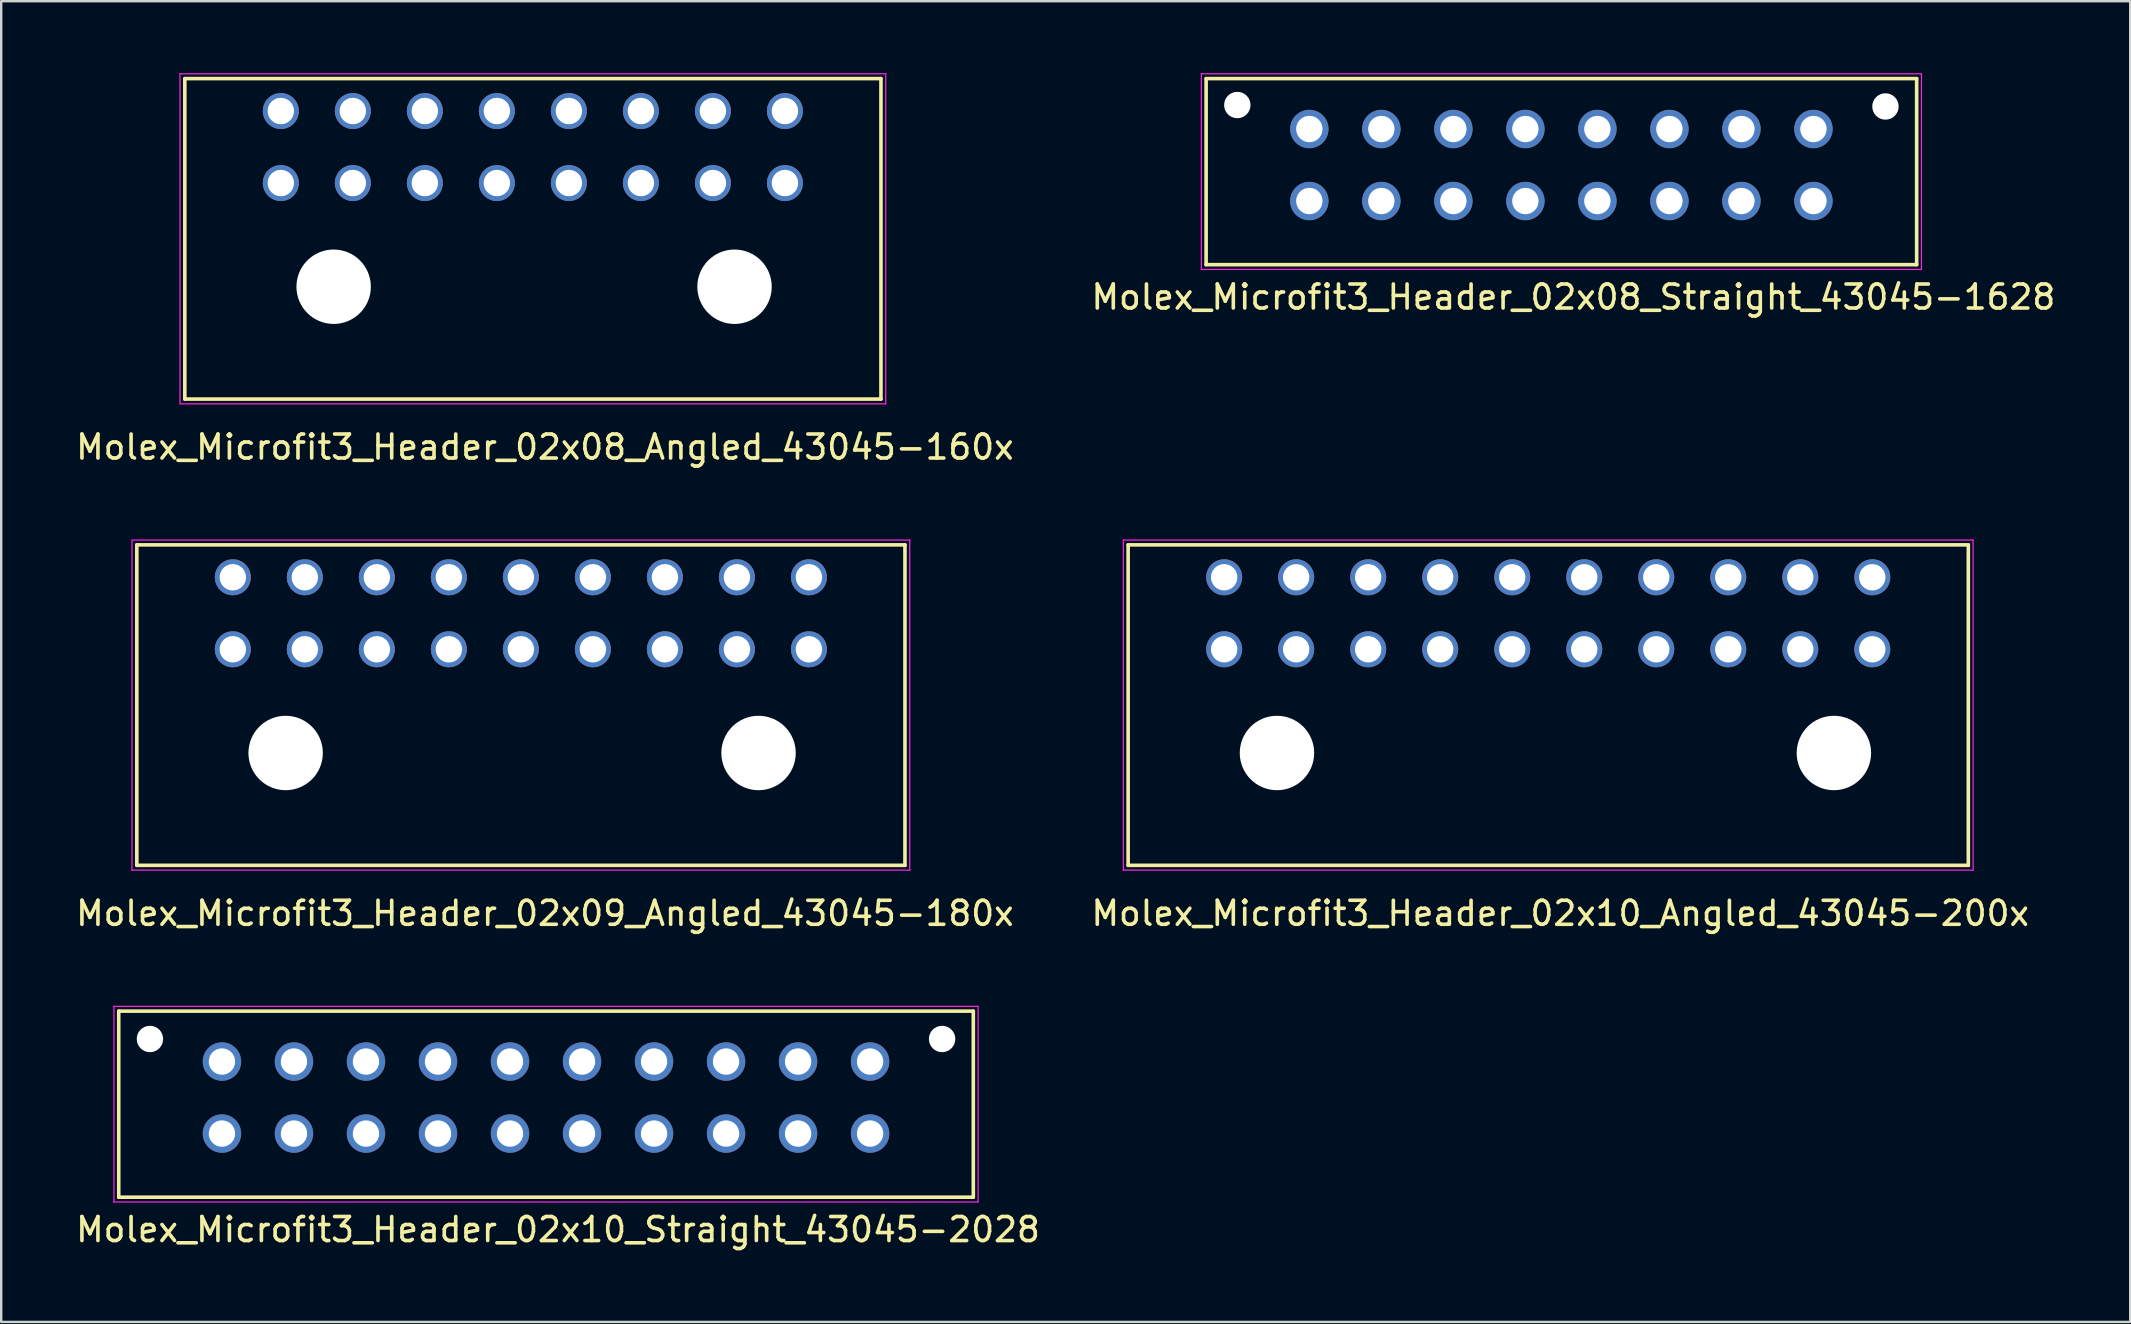
<source format=kicad_pcb>
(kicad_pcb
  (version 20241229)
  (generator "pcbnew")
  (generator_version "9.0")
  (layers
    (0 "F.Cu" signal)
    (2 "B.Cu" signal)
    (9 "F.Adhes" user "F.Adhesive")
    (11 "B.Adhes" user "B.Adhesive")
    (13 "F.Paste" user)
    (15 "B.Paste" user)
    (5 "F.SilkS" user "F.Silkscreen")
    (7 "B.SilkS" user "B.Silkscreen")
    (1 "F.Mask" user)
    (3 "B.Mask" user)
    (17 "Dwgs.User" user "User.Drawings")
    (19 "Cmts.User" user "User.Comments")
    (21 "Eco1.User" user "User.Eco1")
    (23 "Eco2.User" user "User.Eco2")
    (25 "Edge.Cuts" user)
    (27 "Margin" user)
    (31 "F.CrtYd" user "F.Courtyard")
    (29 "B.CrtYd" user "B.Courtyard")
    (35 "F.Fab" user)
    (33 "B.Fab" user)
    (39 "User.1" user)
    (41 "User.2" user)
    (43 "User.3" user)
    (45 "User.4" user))
  (footprint "Molex_Microfit3_Header_02x09_Angled_43045-180x"
    (layer "F.Cu")
    (at 30.649 23.998)
    (property "Reference" "Molex_Microfit3_Header_02x09_Angled_43045-180x" (at -11 11 0) (layer "F.SilkS") (effects (font (size 1 1) (thickness 0.15))))
    (attr through_hole)
    (fp_line (start -28 -4.35) (end 4 -4.35) (stroke (width 0.15) (type solid)) (layer "F.SilkS"))
    (fp_line (start -28 9) (end -28 -4.35) (stroke (width 0.15) (type solid)) (layer "F.SilkS"))
    (fp_line (start 4 -4.35) (end 4 9) (stroke (width 0.15) (type solid)) (layer "F.SilkS"))
    (fp_line (start 4 9) (end -28 9) (stroke (width 0.15) (type solid)) (layer "F.SilkS"))
    (fp_line (start -28.2 -4.55) (end -28.2 9.2) (stroke (width 0.05) (type solid)) (layer "F.CrtYd"))
    (fp_line (start -28.2 9.2) (end 4.2 9.2) (stroke (width 0.05) (type solid)) (layer "F.CrtYd"))
    (fp_line (start 4.2 -4.55) (end -28.2 -4.55) (stroke (width 0.05) (type solid)) (layer "F.CrtYd"))
    (fp_line (start 4.2 9.2) (end 4.2 -4.55) (stroke (width 0.05) (type solid)) (layer "F.CrtYd"))
    (pad "" np_thru_hole circle (at -21.8 4.32) (size 3.1 3.1) (drill 3.1) (layers "*.Cu" "*.Mask"))
    (pad "" np_thru_hole circle (at -2.1 4.32) (size 3.1 3.1) (drill 3.1) (layers "*.Cu" "*.Mask"))
    (pad "1" thru_hole circle (at 0 0) (size 1.5 1.5) (drill 1.1) (layers "*.Cu" "*.Mask"))
    (pad "2" thru_hole circle (at -3 0) (size 1.5 1.5) (drill 1.1) (layers "*.Cu" "*.Mask"))
    (pad "3" thru_hole circle (at -6 0) (size 1.5 1.5) (drill 1.1) (layers "*.Cu" "*.Mask"))
    (pad "4" thru_hole circle (at -9 0) (size 1.5 1.5) (drill 1.1) (layers "*.Cu" "*.Mask"))
    (pad "5" thru_hole circle (at -12 0) (size 1.5 1.5) (drill 1.1) (layers "*.Cu" "*.Mask"))
    (pad "6" thru_hole circle (at -15 0) (size 1.5 1.5) (drill 1.1) (layers "*.Cu" "*.Mask"))
    (pad "7" thru_hole circle (at -18 0) (size 1.5 1.5) (drill 1.1) (layers "*.Cu" "*.Mask"))
    (pad "8" thru_hole circle (at -21 0) (size 1.5 1.5) (drill 1.1) (layers "*.Cu" "*.Mask"))
    (pad "9" thru_hole circle (at -24 0) (size 1.5 1.5) (drill 1.1) (layers "*.Cu" "*.Mask"))
    (pad "10" thru_hole circle (at 0 -3) (size 1.5 1.5) (drill 1.1) (layers "*.Cu" "*.Mask"))
    (pad "11" thru_hole circle (at -3 -3) (size 1.5 1.5) (drill 1.1) (layers "*.Cu" "*.Mask"))
    (pad "12" thru_hole circle (at -6 -3) (size 1.5 1.5) (drill 1.1) (layers "*.Cu" "*.Mask"))
    (pad "13" thru_hole circle (at -9 -3) (size 1.5 1.5) (drill 1.1) (layers "*.Cu" "*.Mask"))
    (pad "14" thru_hole circle (at -12 -3) (size 1.5 1.5) (drill 1.1) (layers "*.Cu" "*.Mask"))
    (pad "15" thru_hole circle (at -15 -3) (size 1.5 1.5) (drill 1.1) (layers "*.Cu" "*.Mask"))
    (pad "16" thru_hole circle (at -18 -3) (size 1.5 1.5) (drill 1.1) (layers "*.Cu" "*.Mask"))
    (pad "17" thru_hole circle (at -21 -3) (size 1.5 1.5) (drill 1.1) (layers "*.Cu" "*.Mask"))
    (pad "18" thru_hole circle (at -24 -3) (size 1.5 1.5) (drill 1.1) (layers "*.Cu" "*.Mask")))
  (footprint "Molex_Microfit3_Header_02x10_Straight_43045-2028"
    (layer "F.Cu")
    (at 33.196 44.172)
    (property "Reference" "Molex_Microfit3_Header_02x10_Straight_43045-2028" (at -13 4 0) (layer "F.SilkS") (effects (font (size 1 1) (thickness 0.15))))
    (attr through_hole)
    (fp_line (start -31.3 2.65) (end -31.3 -5.1) (stroke (width 0.15) (type solid)) (layer "F.SilkS"))
    (fp_line (start 4.3 -5.1) (end -31.3 -5.1) (stroke (width 0.15) (type solid)) (layer "F.SilkS"))
    (fp_line (start 4.3 2.65) (end -31.3 2.65) (stroke (width 0.15) (type solid)) (layer "F.SilkS"))
    (fp_line (start 4.3 2.65) (end 4.3 -5.1) (stroke (width 0.15) (type solid)) (layer "F.SilkS"))
    (fp_line (start -31.5 2.85) (end -31.5 -5.3) (stroke (width 0.05) (type solid)) (layer "F.CrtYd"))
    (fp_line (start 4.5 -5.3) (end -31.5 -5.3) (stroke (width 0.05) (type solid)) (layer "F.CrtYd"))
    (fp_line (start 4.5 2.85) (end -31.5 2.85) (stroke (width 0.05) (type solid)) (layer "F.CrtYd"))
    (fp_line (start 4.5 2.85) (end 4.5 -5.3) (stroke (width 0.05) (type solid)) (layer "F.CrtYd"))
    (pad "" np_thru_hole circle (at -30 -3.94) (size 1.1 1.1) (drill 1.1) (layers "*.Cu" "*.Mask"))
    (pad "" np_thru_hole circle (at 3 -3.94) (size 1.1 1.1) (drill 1.1) (layers "*.Cu" "*.Mask"))
    (pad "1" thru_hole circle (at 0 0) (size 1.6 1.6) (drill 1.1) (layers "*.Cu" "*.Mask"))
    (pad "2" thru_hole circle (at -3 0) (size 1.6 1.6) (drill 1.1) (layers "*.Cu" "*.Mask"))
    (pad "3" thru_hole circle (at -6 0) (size 1.6 1.6) (drill 1.1) (layers "*.Cu" "*.Mask"))
    (pad "4" thru_hole circle (at -9 0) (size 1.6 1.6) (drill 1.1) (layers "*.Cu" "*.Mask"))
    (pad "5" thru_hole circle (at -12 0) (size 1.6 1.6) (drill 1.1) (layers "*.Cu" "*.Mask"))
    (pad "6" thru_hole circle (at -15 0) (size 1.6 1.6) (drill 1.1) (layers "*.Cu" "*.Mask"))
    (pad "7" thru_hole circle (at -18 0) (size 1.6 1.6) (drill 1.1) (layers "*.Cu" "*.Mask"))
    (pad "8" thru_hole circle (at -21 0) (size 1.6 1.6) (drill 1.1) (layers "*.Cu" "*.Mask"))
    (pad "9" thru_hole circle (at -24 0) (size 1.6 1.6) (drill 1.1) (layers "*.Cu" "*.Mask"))
    (pad "10" thru_hole circle (at -27 0) (size 1.6 1.6) (drill 1.1) (layers "*.Cu" "*.Mask"))
    (pad "11" thru_hole circle (at 0 -3) (size 1.6 1.6) (drill 1.1) (layers "*.Cu" "*.Mask"))
    (pad "12" thru_hole circle (at -3 -3) (size 1.6 1.6) (drill 1.1) (layers "*.Cu" "*.Mask"))
    (pad "13" thru_hole circle (at -6 -3) (size 1.6 1.6) (drill 1.1) (layers "*.Cu" "*.Mask"))
    (pad "14" thru_hole circle (at -9 -3) (size 1.6 1.6) (drill 1.1) (layers "*.Cu" "*.Mask"))
    (pad "15" thru_hole circle (at -12 -3) (size 1.6 1.6) (drill 1.1) (layers "*.Cu" "*.Mask"))
    (pad "16" thru_hole circle (at -15 -3) (size 1.6 1.6) (drill 1.1) (layers "*.Cu" "*.Mask"))
    (pad "17" thru_hole circle (at -18 -3) (size 1.6 1.6) (drill 1.1) (layers "*.Cu" "*.Mask"))
    (pad "18" thru_hole circle (at -21 -3) (size 1.6 1.6) (drill 1.1) (layers "*.Cu" "*.Mask"))
    (pad "19" thru_hole circle (at -24 -3) (size 1.6 1.6) (drill 1.1) (layers "*.Cu" "*.Mask"))
    (pad "20" thru_hole circle (at -27 -3) (size 1.6 1.6) (drill 1.1) (layers "*.Cu" "*.Mask")))
  (footprint "Molex_Microfit3_Header_02x10_Angled_43045-200x"
    (layer "F.Cu")
    (at 74.946 23.998)
    (property "Reference" "Molex_Microfit3_Header_02x10_Angled_43045-200x" (at -13 11 0) (layer "F.SilkS") (effects (font (size 1 1) (thickness 0.15))))
    (attr through_hole)
    (fp_line (start -31 -4.35) (end 4 -4.35) (stroke (width 0.15) (type solid)) (layer "F.SilkS"))
    (fp_line (start -31 9) (end -31 -4.35) (stroke (width 0.15) (type solid)) (layer "F.SilkS"))
    (fp_line (start 4 -4.35) (end 4 9) (stroke (width 0.15) (type solid)) (layer "F.SilkS"))
    (fp_line (start 4 9) (end -31 9) (stroke (width 0.15) (type solid)) (layer "F.SilkS"))
    (fp_line (start -31.2 -4.55) (end -31.2 9.2) (stroke (width 0.05) (type solid)) (layer "F.CrtYd"))
    (fp_line (start -31.2 9.2) (end 4.2 9.2) (stroke (width 0.05) (type solid)) (layer "F.CrtYd"))
    (fp_line (start 4.2 -4.55) (end -31.2 -4.55) (stroke (width 0.05) (type solid)) (layer "F.CrtYd"))
    (fp_line (start 4.2 9.2) (end 4.2 -4.55) (stroke (width 0.05) (type solid)) (layer "F.CrtYd"))
    (pad "" np_thru_hole circle (at -24.8 4.32) (size 3.1 3.1) (drill 3.1) (layers "*.Cu" "*.Mask"))
    (pad "" np_thru_hole circle (at -1.6 4.32) (size 3.1 3.1) (drill 3.1) (layers "*.Cu" "*.Mask"))
    (pad "1" thru_hole circle (at 0 0) (size 1.5 1.5) (drill 1.1) (layers "*.Cu" "*.Mask"))
    (pad "2" thru_hole circle (at -3 0) (size 1.5 1.5) (drill 1.1) (layers "*.Cu" "*.Mask"))
    (pad "3" thru_hole circle (at -6 0) (size 1.5 1.5) (drill 1.1) (layers "*.Cu" "*.Mask"))
    (pad "4" thru_hole circle (at -9 0) (size 1.5 1.5) (drill 1.1) (layers "*.Cu" "*.Mask"))
    (pad "5" thru_hole circle (at -12 0) (size 1.5 1.5) (drill 1.1) (layers "*.Cu" "*.Mask"))
    (pad "6" thru_hole circle (at -15 0) (size 1.5 1.5) (drill 1.1) (layers "*.Cu" "*.Mask"))
    (pad "7" thru_hole circle (at -18 0) (size 1.5 1.5) (drill 1.1) (layers "*.Cu" "*.Mask"))
    (pad "8" thru_hole circle (at -21 0) (size 1.5 1.5) (drill 1.1) (layers "*.Cu" "*.Mask"))
    (pad "9" thru_hole circle (at -24 0) (size 1.5 1.5) (drill 1.1) (layers "*.Cu" "*.Mask"))
    (pad "10" thru_hole circle (at -27 0) (size 1.5 1.5) (drill 1.1) (layers "*.Cu" "*.Mask"))
    (pad "11" thru_hole circle (at 0 -3) (size 1.5 1.5) (drill 1.1) (layers "*.Cu" "*.Mask"))
    (pad "12" thru_hole circle (at -3 -3) (size 1.5 1.5) (drill 1.1) (layers "*.Cu" "*.Mask"))
    (pad "13" thru_hole circle (at -6 -3) (size 1.5 1.5) (drill 1.1) (layers "*.Cu" "*.Mask"))
    (pad "14" thru_hole circle (at -9 -3) (size 1.5 1.5) (drill 1.1) (layers "*.Cu" "*.Mask"))
    (pad "15" thru_hole circle (at -12 -3) (size 1.5 1.5) (drill 1.1) (layers "*.Cu" "*.Mask"))
    (pad "16" thru_hole circle (at -15 -3) (size 1.5 1.5) (drill 1.1) (layers "*.Cu" "*.Mask"))
    (pad "17" thru_hole circle (at -18 -3) (size 1.5 1.5) (drill 1.1) (layers "*.Cu" "*.Mask"))
    (pad "18" thru_hole circle (at -21 -3) (size 1.5 1.5) (drill 1.1) (layers "*.Cu" "*.Mask"))
    (pad "19" thru_hole circle (at -24 -3) (size 1.5 1.5) (drill 1.1) (layers "*.Cu" "*.Mask"))
    (pad "20" thru_hole circle (at -27 -3) (size 1.5 1.5) (drill 1.1) (layers "*.Cu" "*.Mask")))
  (footprint "Molex_Microfit3_Header_02x08_Straight_43045-1628"
    (layer "F.Cu")
    (at 72.494 5.325)
    (property "Reference" "Molex_Microfit3_Header_02x08_Straight_43045-1628" (at -10 4 0) (layer "F.SilkS") (effects (font (size 1 1) (thickness 0.15))))
    (attr through_hole)
    (fp_line (start -25.3 2.65) (end -25.3 -5.1) (stroke (width 0.15) (type solid)) (layer "F.SilkS"))
    (fp_line (start 4.3 -5.1) (end -25.3 -5.1) (stroke (width 0.15) (type solid)) (layer "F.SilkS"))
    (fp_line (start 4.3 2.65) (end -25.3 2.65) (stroke (width 0.15) (type solid)) (layer "F.SilkS"))
    (fp_line (start 4.3 2.65) (end 4.3 -5.1) (stroke (width 0.15) (type solid)) (layer "F.SilkS"))
    (fp_line (start -25.5 2.85) (end -25.5 -5.3) (stroke (width 0.05) (type solid)) (layer "F.CrtYd"))
    (fp_line (start 4.5 -5.3) (end -25.5 -5.3) (stroke (width 0.05) (type solid)) (layer "F.CrtYd"))
    (fp_line (start 4.5 2.85) (end -25.5 2.85) (stroke (width 0.05) (type solid)) (layer "F.CrtYd"))
    (fp_line (start 4.5 2.85) (end 4.5 -5.3) (stroke (width 0.05) (type solid)) (layer "F.CrtYd"))
    (pad "" np_thru_hole circle (at -24 -4) (size 1.1 1.1) (drill 1.1) (layers "*.Cu" "*.Mask"))
    (pad "" np_thru_hole circle (at 3 -3.94) (size 1.1 1.1) (drill 1.1) (layers "*.Cu" "*.Mask"))
    (pad "1" thru_hole circle (at 0 0) (size 1.6 1.6) (drill 1.1) (layers "*.Cu" "*.Mask"))
    (pad "2" thru_hole circle (at -3 0) (size 1.6 1.6) (drill 1.1) (layers "*.Cu" "*.Mask"))
    (pad "3" thru_hole circle (at -6 0) (size 1.6 1.6) (drill 1.1) (layers "*.Cu" "*.Mask"))
    (pad "4" thru_hole circle (at -9 0) (size 1.6 1.6) (drill 1.1) (layers "*.Cu" "*.Mask"))
    (pad "5" thru_hole circle (at -12 0) (size 1.6 1.6) (drill 1.1) (layers "*.Cu" "*.Mask"))
    (pad "6" thru_hole circle (at -15 0) (size 1.6 1.6) (drill 1.1) (layers "*.Cu" "*.Mask"))
    (pad "7" thru_hole circle (at -18 0) (size 1.6 1.6) (drill 1.1) (layers "*.Cu" "*.Mask"))
    (pad "8" thru_hole circle (at -21 0) (size 1.6 1.6) (drill 1.1) (layers "*.Cu" "*.Mask"))
    (pad "9" thru_hole circle (at 0 -3) (size 1.6 1.6) (drill 1.1) (layers "*.Cu" "*.Mask"))
    (pad "10" thru_hole circle (at -3 -3) (size 1.6 1.6) (drill 1.1) (layers "*.Cu" "*.Mask"))
    (pad "11" thru_hole circle (at -6 -3) (size 1.6 1.6) (drill 1.1) (layers "*.Cu" "*.Mask"))
    (pad "12" thru_hole circle (at -9 -3) (size 1.6 1.6) (drill 1.1) (layers "*.Cu" "*.Mask"))
    (pad "13" thru_hole circle (at -12 -3) (size 1.6 1.6) (drill 1.1) (layers "*.Cu" "*.Mask"))
    (pad "14" thru_hole circle (at -15 -3) (size 1.6 1.6) (drill 1.1) (layers "*.Cu" "*.Mask"))
    (pad "15" thru_hole circle (at -18 -3) (size 1.6 1.6) (drill 1.1) (layers "*.Cu" "*.Mask"))
    (pad "16" thru_hole circle (at -21 -3) (size 1.6 1.6) (drill 1.1) (layers "*.Cu" "*.Mask")))
  (footprint "Molex_Microfit3_Header_02x08_Angled_43045-160x"
    (layer "F.Cu")
    (at 29.649 4.575)
    (property "Reference" "Molex_Microfit3_Header_02x08_Angled_43045-160x" (at -10 11 0) (layer "F.SilkS") (effects (font (size 1 1) (thickness 0.15))))
    (attr through_hole)
    (fp_line (start -25 -4.35) (end 4 -4.35) (stroke (width 0.15) (type solid)) (layer "F.SilkS"))
    (fp_line (start -25 9) (end -25 -4.35) (stroke (width 0.15) (type solid)) (layer "F.SilkS"))
    (fp_line (start 4 -4.35) (end 4 9) (stroke (width 0.15) (type solid)) (layer "F.SilkS"))
    (fp_line (start 4 9) (end -25 9) (stroke (width 0.15) (type solid)) (layer "F.SilkS"))
    (fp_line (start -25.2 -4.55) (end -25.2 9.2) (stroke (width 0.05) (type solid)) (layer "F.CrtYd"))
    (fp_line (start -25.2 9.2) (end 4.2 9.2) (stroke (width 0.05) (type solid)) (layer "F.CrtYd"))
    (fp_line (start 4.2 -4.55) (end -25.2 -4.55) (stroke (width 0.05) (type solid)) (layer "F.CrtYd"))
    (fp_line (start 4.2 9.2) (end 4.2 -4.55) (stroke (width 0.05) (type solid)) (layer "F.CrtYd"))
    (pad "" np_thru_hole circle (at -18.8 4.32) (size 3.1 3.1) (drill 3.1) (layers "*.Cu" "*.Mask"))
    (pad "" np_thru_hole circle (at -2.1 4.32) (size 3.1 3.1) (drill 3.1) (layers "*.Cu" "*.Mask"))
    (pad "1" thru_hole circle (at 0 0) (size 1.5 1.5) (drill 1.1) (layers "*.Cu" "*.Mask"))
    (pad "2" thru_hole circle (at -3 0) (size 1.5 1.5) (drill 1.1) (layers "*.Cu" "*.Mask"))
    (pad "3" thru_hole circle (at -6 0) (size 1.5 1.5) (drill 1.1) (layers "*.Cu" "*.Mask"))
    (pad "4" thru_hole circle (at -9 0) (size 1.5 1.5) (drill 1.1) (layers "*.Cu" "*.Mask"))
    (pad "5" thru_hole circle (at -12 0) (size 1.5 1.5) (drill 1.1) (layers "*.Cu" "*.Mask"))
    (pad "6" thru_hole circle (at -15 0) (size 1.5 1.5) (drill 1.1) (layers "*.Cu" "*.Mask"))
    (pad "7" thru_hole circle (at -18 0) (size 1.5 1.5) (drill 1.1) (layers "*.Cu" "*.Mask"))
    (pad "8" thru_hole circle (at -21 0) (size 1.5 1.5) (drill 1.1) (layers "*.Cu" "*.Mask"))
    (pad "9" thru_hole circle (at 0 -3) (size 1.5 1.5) (drill 1.1) (layers "*.Cu" "*.Mask"))
    (pad "10" thru_hole circle (at -3 -3) (size 1.5 1.5) (drill 1.1) (layers "*.Cu" "*.Mask"))
    (pad "11" thru_hole circle (at -6 -3) (size 1.5 1.5) (drill 1.1) (layers "*.Cu" "*.Mask"))
    (pad "12" thru_hole circle (at -9 -3) (size 1.5 1.5) (drill 1.1) (layers "*.Cu" "*.Mask"))
    (pad "13" thru_hole circle (at -12 -3) (size 1.5 1.5) (drill 1.1) (layers "*.Cu" "*.Mask"))
    (pad "14" thru_hole circle (at -15 -3) (size 1.5 1.5) (drill 1.1) (layers "*.Cu" "*.Mask"))
    (pad "15" thru_hole circle (at -18 -3) (size 1.5 1.5) (drill 1.1) (layers "*.Cu" "*.Mask"))
    (pad "16" thru_hole circle (at -21 -3) (size 1.5 1.5) (drill 1.1) (layers "*.Cu" "*.Mask")))
  (gr_rect
    (start -3 -3)
    (end 85.69 52.02)
    (stroke (width 0.1) (type default))
    (fill no)
    (layer "Edge.Cuts")))
</source>
